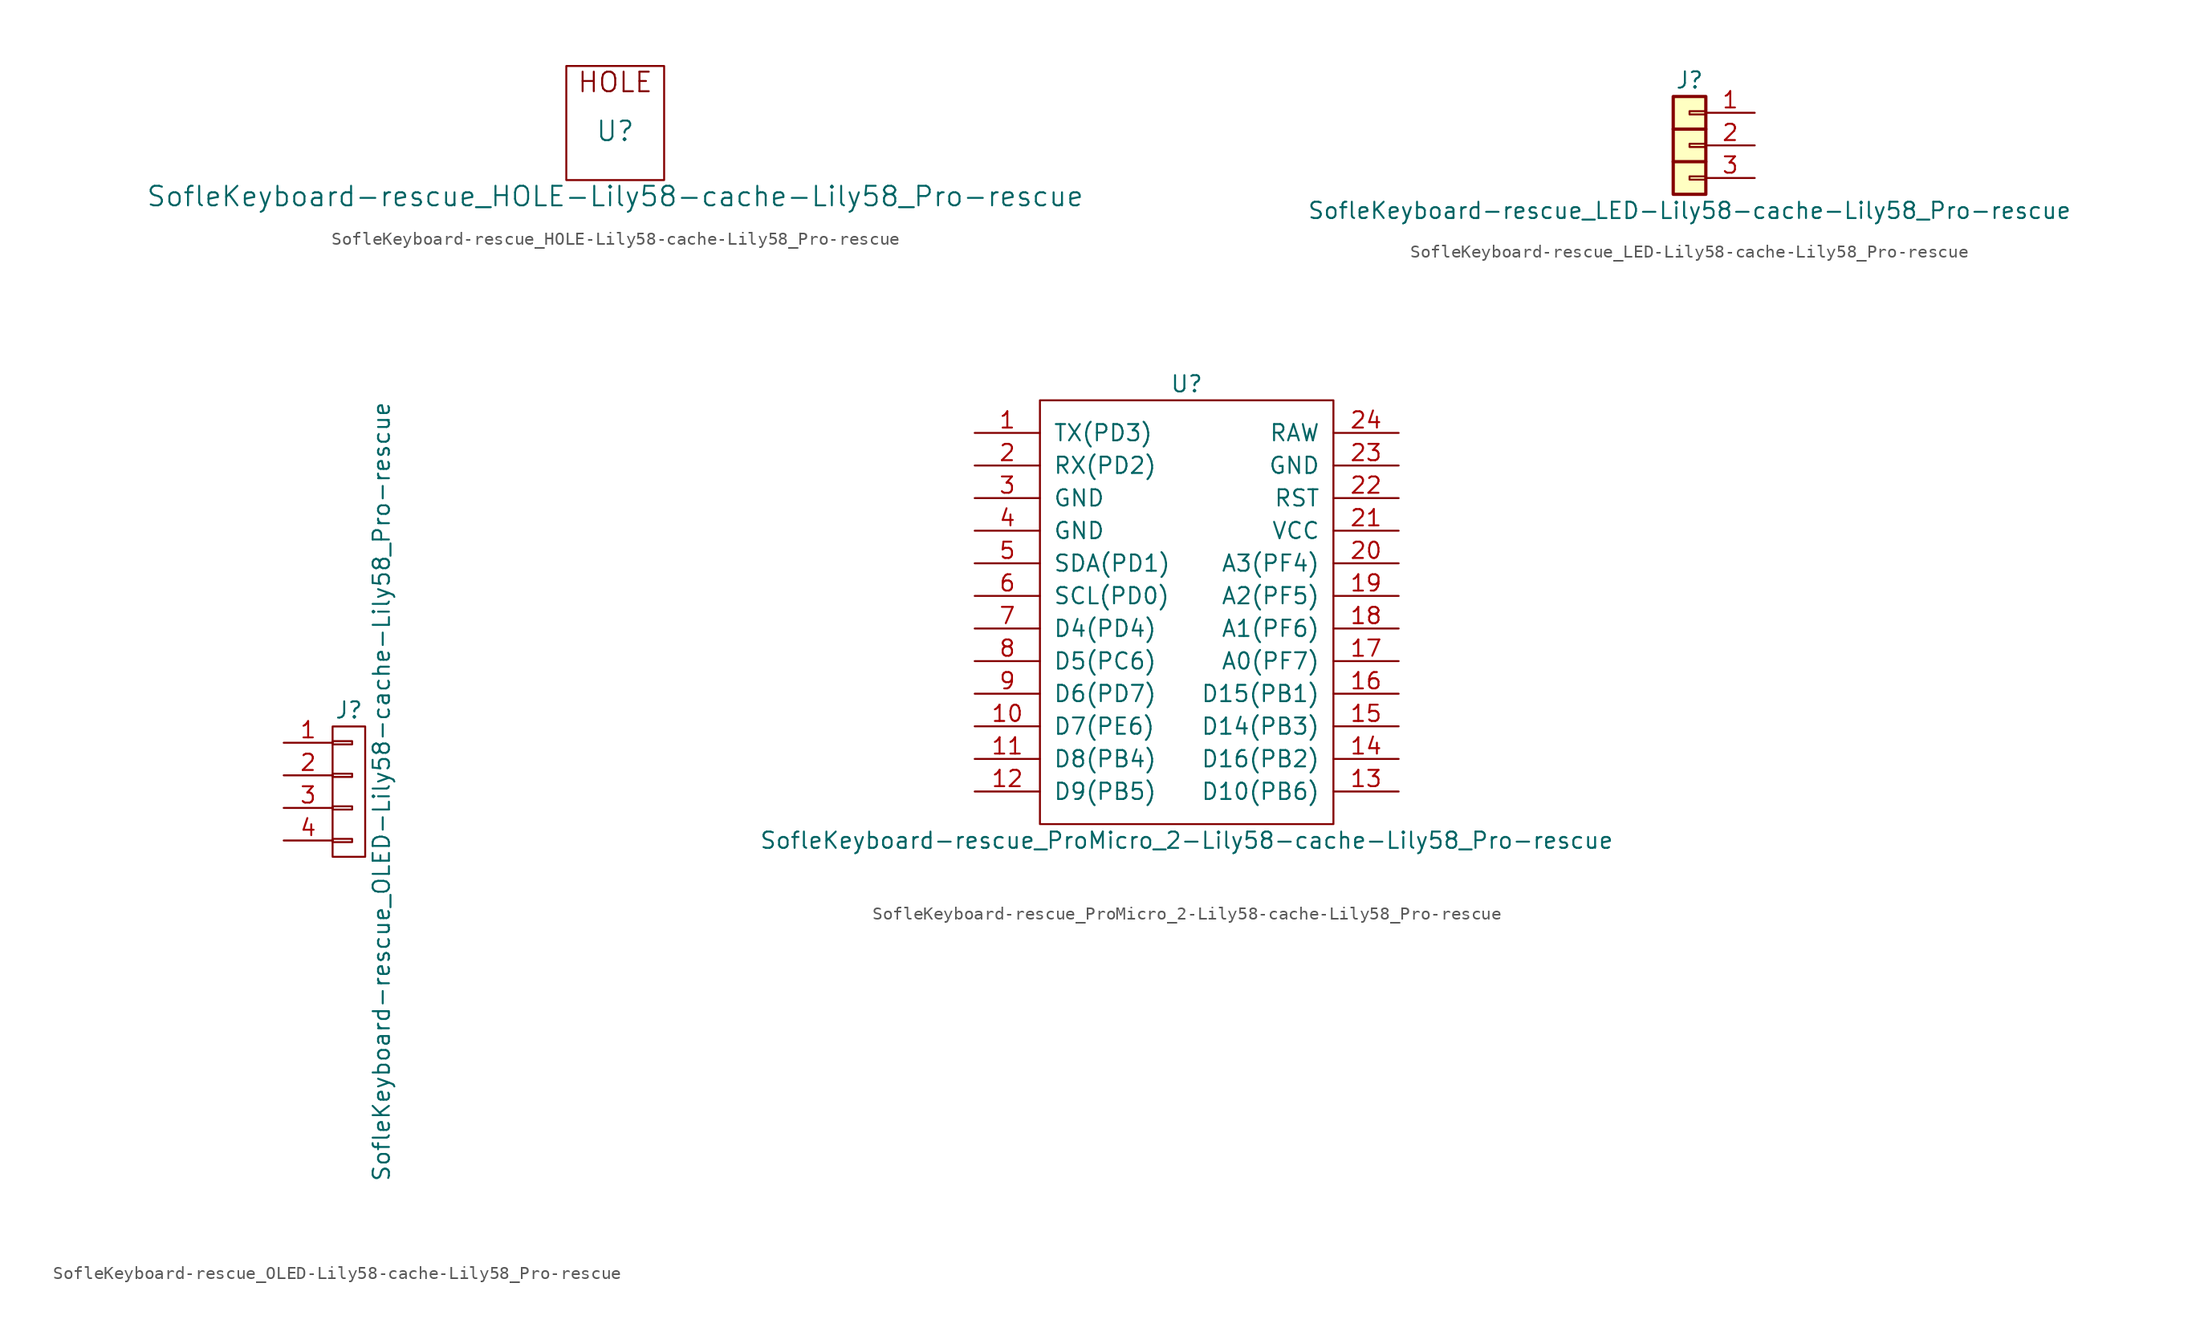
<source format=kicad_sym>
(kicad_symbol_lib
  (version 20211014)
  (generator kicad_symbol_editor)
  (symbol "SofleKeyboard-rescue_HOLE-Lily58-cache-Lily58_Pro-rescue"
    (pin_names
      (offset 1.016))
    (property "Reference" "U"
      (at 0 0 0)
      (effects (font (size 1.524 1.524))))
    (property "Value" "SofleKeyboard-rescue_HOLE-Lily58-cache-Lily58_Pro-rescue"
      (at 0 -5.08 0)
      (effects (font (size 1.524 1.524))))
    (property "Footprint" ""
      (at 0 0 0)
      (effects (font (size 1.524 1.524))))
    (property "Datasheet" ""
      (at 0 0 0)
      (effects (font (size 1.524 1.524))))
    (symbol "SofleKeyboard-rescue_HOLE-Lily58-cache-Lily58_Pro-rescue_0_0"
      (text "HOLE" (at 0 3.81 0) (effects (font (size 1.524 1.524)))))
    (symbol "SofleKeyboard-rescue_HOLE-Lily58-cache-Lily58_Pro-rescue_0_1"
      (rectangle (start 3.81 5.08) (end -3.81 -3.81) (stroke (width 0) (type default) (color 0 0 0 0)) (fill (type none)))))
  (symbol "SofleKeyboard-rescue_LED-Lily58-cache-Lily58_Pro-rescue"
    (pin_names
      (offset 1.016) hide)
    (property "Reference" "J"
      (at 0 5.08 0)
      (effects (font (size 1.27 1.27))))
    (property "Value" "SofleKeyboard-rescue_LED-Lily58-cache-Lily58_Pro-rescue"
      (at 0 -5.08 0)
      (effects (font (size 1.27 1.27))))
    (symbol "SofleKeyboard-rescue_LED-Lily58-cache-Lily58_Pro-rescue_1_1"
      (rectangle (start -1.27 3.81) (end 1.27 -3.81) (stroke (width 0.254) (type default) (color 0 0 0 0)) (fill (type background)))
      (rectangle (start 0 -2.413) (end 1.27 -2.667) (stroke (width 0.152) (type default) (color 0 0 0 0)) (fill (type none)))
      (polyline (pts (xy -1.27 -1.27) (xy 1.27 -1.27)) (stroke (width 0.254) (type default) (color 0 0 0 0)) (fill (type none)))
      (polyline (pts (xy -1.27 1.27) (xy 1.27 1.27)) (stroke (width 0.254) (type default) (color 0 0 0 0)) (fill (type none)))
      (rectangle (start 0 0.127) (end 1.27 -0.127) (stroke (width 0.152) (type default) (color 0 0 0 0)) (fill (type none)))
      (rectangle (start 0 2.667) (end 1.27 2.413) (stroke (width 0.152) (type default) (color 0 0 0 0)) (fill (type none)))
      (pin passive line (at 5.08 2.54 180) (length 3.81) (name "Pin_1" (effects (font (size 1.27 1.27)))) (number "1" (effects (font (size 1.27 1.27)))))
      (pin passive line (at 5.08 0 180) (length 3.81) (name "Pin_2" (effects (font (size 1.27 1.27)))) (number "2" (effects (font (size 1.27 1.27)))))
      (pin passive line (at 5.08 -2.54 180) (length 3.81) (name "Pin_3" (effects (font (size 1.27 1.27)))) (number "3" (effects (font (size 1.27 1.27)))))))
  (symbol "SofleKeyboard-rescue_OLED-Lily58-cache-Lily58_Pro-rescue"
    (pin_names
      (offset 1.016) hide)
    (property "Reference" "J"
      (at 0 6.35 0)
      (effects (font (size 1.27 1.27))))
    (property "Value" "SofleKeyboard-rescue_OLED-Lily58-cache-Lily58_Pro-rescue"
      (at 2.54 0 90)
      (effects (font (size 1.27 1.27))))
    (property "Footprint" ""
      (at 0 0 0)
      (effects (font (size 1.27 1.27))))
    (property "Datasheet" ""
      (at 0 0 0)
      (effects (font (size 1.27 1.27))))
    (symbol "SofleKeyboard-rescue_OLED-Lily58-cache-Lily58_Pro-rescue_0_1"
      (rectangle (start -1.27 -3.683) (end 0.254 -3.937) (stroke (width 0) (type default) (color 0 0 0 0)) (fill (type none)))
      (rectangle (start -1.27 -1.143) (end 0.254 -1.397) (stroke (width 0) (type default) (color 0 0 0 0)) (fill (type none)))
      (rectangle (start -1.27 1.397) (end 0.254 1.143) (stroke (width 0) (type default) (color 0 0 0 0)) (fill (type none)))
      (rectangle (start -1.27 3.937) (end 0.254 3.683) (stroke (width 0) (type default) (color 0 0 0 0)) (fill (type none)))
      (rectangle (start -1.27 5.08) (end 1.27 -5.08) (stroke (width 0) (type default) (color 0 0 0 0)) (fill (type none))))
    (symbol "SofleKeyboard-rescue_OLED-Lily58-cache-Lily58_Pro-rescue_1_1"
      (pin passive line (at -5.08 3.81 0) (length 3.81) (name "P1" (effects (font (size 1.27 1.27)))) (number "1" (effects (font (size 1.27 1.27)))))
      (pin passive line (at -5.08 1.27 0) (length 3.81) (name "P2" (effects (font (size 1.27 1.27)))) (number "2" (effects (font (size 1.27 1.27)))))
      (pin passive line (at -5.08 -1.27 0) (length 3.81) (name "P3" (effects (font (size 1.27 1.27)))) (number "3" (effects (font (size 1.27 1.27)))))
      (pin passive line (at -5.08 -3.81 0) (length 3.81) (name "P4" (effects (font (size 1.27 1.27)))) (number "4" (effects (font (size 1.27 1.27)))))))
  (symbol "SofleKeyboard-rescue_ProMicro_2-Lily58-cache-Lily58_Pro-rescue"
    (pin_names
      (offset 1.016))
    (property "Reference" "U"
      (at 0 17.78 0)
      (effects (font (size 1.27 1.27))))
    (property "Value" "SofleKeyboard-rescue_ProMicro_2-Lily58-cache-Lily58_Pro-rescue"
      (at 0 -17.78 0)
      (effects (font (size 1.27 1.27))))
    (symbol "SofleKeyboard-rescue_ProMicro_2-Lily58-cache-Lily58_Pro-rescue_0_1"
      (rectangle (start -11.43 16.51) (end 11.43 -16.51) (stroke (width 0) (type default) (color 0 0 0 0)) (fill (type none))))
    (symbol "SofleKeyboard-rescue_ProMicro_2-Lily58-cache-Lily58_Pro-rescue_1_1"
      (pin input line (at -16.51 13.97 0) (length 5.08) (name "TX(PD3)" (effects (font (size 1.27 1.27)))) (number "1" (effects (font (size 1.27 1.27)))))
      (pin input line (at -16.51 -8.89 0) (length 5.08) (name "D7(PE6)" (effects (font (size 1.27 1.27)))) (number "10" (effects (font (size 1.27 1.27)))))
      (pin input line (at -16.51 -11.43 0) (length 5.08) (name "D8(PB4)" (effects (font (size 1.27 1.27)))) (number "11" (effects (font (size 1.27 1.27)))))
      (pin input line (at -16.51 -13.97 0) (length 5.08) (name "D9(PB5)" (effects (font (size 1.27 1.27)))) (number "12" (effects (font (size 1.27 1.27)))))
      (pin input line (at 16.51 -13.97 180) (length 5.08) (name "D10(PB6)" (effects (font (size 1.27 1.27)))) (number "13" (effects (font (size 1.27 1.27)))))
      (pin input line (at 16.51 -11.43 180) (length 5.08) (name "D16(PB2)" (effects (font (size 1.27 1.27)))) (number "14" (effects (font (size 1.27 1.27)))))
      (pin input line (at 16.51 -8.89 180) (length 5.08) (name "D14(PB3)" (effects (font (size 1.27 1.27)))) (number "15" (effects (font (size 1.27 1.27)))))
      (pin input line (at 16.51 -6.35 180) (length 5.08) (name "D15(PB1)" (effects (font (size 1.27 1.27)))) (number "16" (effects (font (size 1.27 1.27)))))
      (pin input line (at 16.51 -3.81 180) (length 5.08) (name "A0(PF7)" (effects (font (size 1.27 1.27)))) (number "17" (effects (font (size 1.27 1.27)))))
      (pin input line (at 16.51 -1.27 180) (length 5.08) (name "A1(PF6)" (effects (font (size 1.27 1.27)))) (number "18" (effects (font (size 1.27 1.27)))))
      (pin input line (at 16.51 1.27 180) (length 5.08) (name "A2(PF5)" (effects (font (size 1.27 1.27)))) (number "19" (effects (font (size 1.27 1.27)))))
      (pin input line (at -16.51 11.43 0) (length 5.08) (name "RX(PD2)" (effects (font (size 1.27 1.27)))) (number "2" (effects (font (size 1.27 1.27)))))
      (pin input line (at 16.51 3.81 180) (length 5.08) (name "A3(PF4)" (effects (font (size 1.27 1.27)))) (number "20" (effects (font (size 1.27 1.27)))))
      (pin input line (at 16.51 6.35 180) (length 5.08) (name "VCC" (effects (font (size 1.27 1.27)))) (number "21" (effects (font (size 1.27 1.27)))))
      (pin input line (at 16.51 8.89 180) (length 5.08) (name "RST" (effects (font (size 1.27 1.27)))) (number "22" (effects (font (size 1.27 1.27)))))
      (pin input line (at 16.51 11.43 180) (length 5.08) (name "GND" (effects (font (size 1.27 1.27)))) (number "23" (effects (font (size 1.27 1.27)))))
      (pin input line (at 16.51 13.97 180) (length 5.08) (name "RAW" (effects (font (size 1.27 1.27)))) (number "24" (effects (font (size 1.27 1.27)))))
      (pin input line (at -16.51 8.89 0) (length 5.08) (name "GND" (effects (font (size 1.27 1.27)))) (number "3" (effects (font (size 1.27 1.27)))))
      (pin input line (at -16.51 6.35 0) (length 5.08) (name "GND" (effects (font (size 1.27 1.27)))) (number "4" (effects (font (size 1.27 1.27)))))
      (pin input line (at -16.51 3.81 0) (length 5.08) (name "SDA(PD1)" (effects (font (size 1.27 1.27)))) (number "5" (effects (font (size 1.27 1.27)))))
      (pin input line (at -16.51 1.27 0) (length 5.08) (name "SCL(PD0)" (effects (font (size 1.27 1.27)))) (number "6" (effects (font (size 1.27 1.27)))))
      (pin input line (at -16.51 -1.27 0) (length 5.08) (name "D4(PD4)" (effects (font (size 1.27 1.27)))) (number "7" (effects (font (size 1.27 1.27)))))
      (pin input line (at -16.51 -3.81 0) (length 5.08) (name "D5(PC6)" (effects (font (size 1.27 1.27)))) (number "8" (effects (font (size 1.27 1.27)))))
      (pin input line (at -16.51 -6.35 0) (length 5.08) (name "D6(PD7)" (effects (font (size 1.27 1.27)))) (number "9" (effects (font (size 1.27 1.27))))))))
</source>
